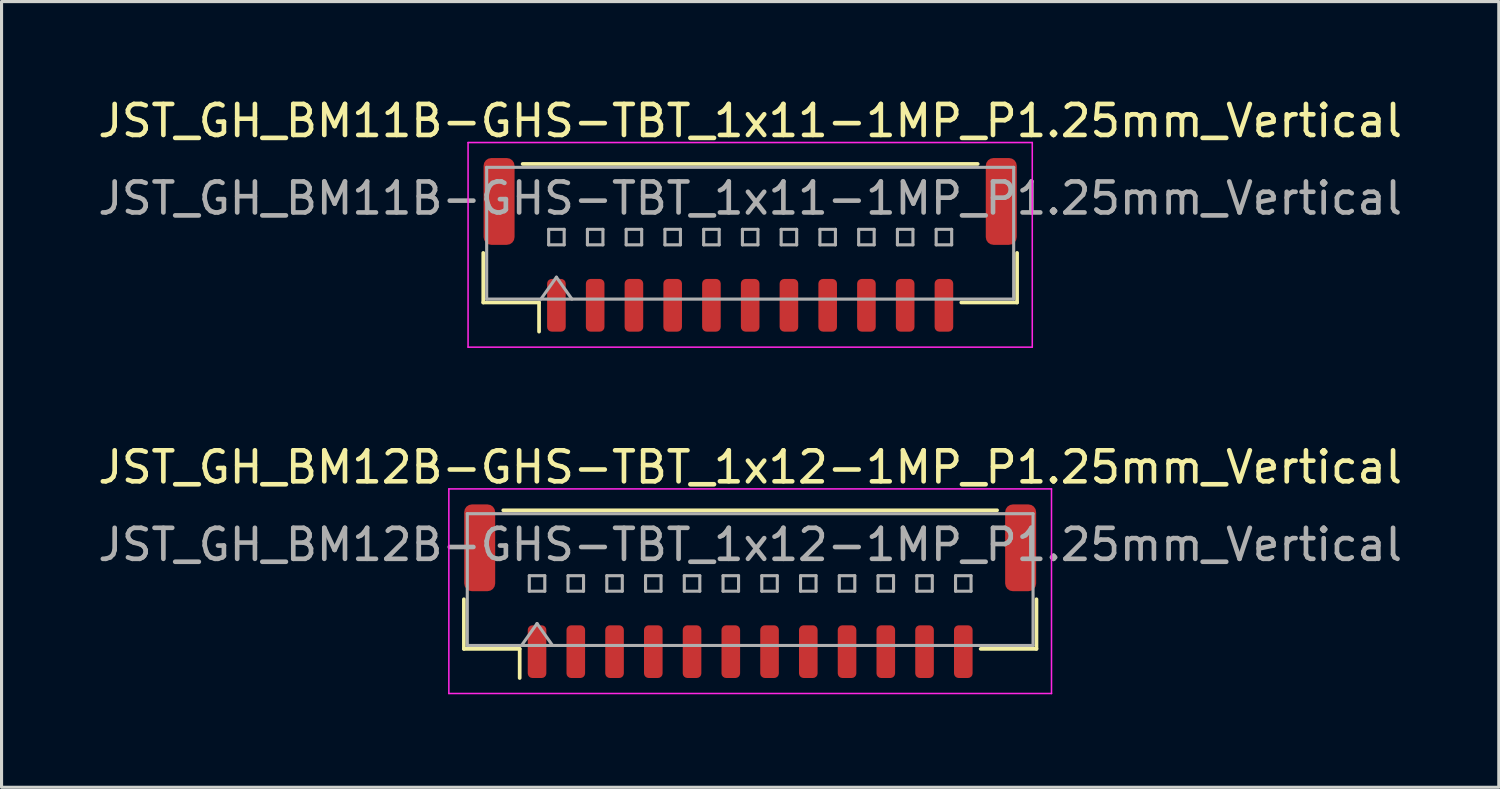
<source format=kicad_pcb>
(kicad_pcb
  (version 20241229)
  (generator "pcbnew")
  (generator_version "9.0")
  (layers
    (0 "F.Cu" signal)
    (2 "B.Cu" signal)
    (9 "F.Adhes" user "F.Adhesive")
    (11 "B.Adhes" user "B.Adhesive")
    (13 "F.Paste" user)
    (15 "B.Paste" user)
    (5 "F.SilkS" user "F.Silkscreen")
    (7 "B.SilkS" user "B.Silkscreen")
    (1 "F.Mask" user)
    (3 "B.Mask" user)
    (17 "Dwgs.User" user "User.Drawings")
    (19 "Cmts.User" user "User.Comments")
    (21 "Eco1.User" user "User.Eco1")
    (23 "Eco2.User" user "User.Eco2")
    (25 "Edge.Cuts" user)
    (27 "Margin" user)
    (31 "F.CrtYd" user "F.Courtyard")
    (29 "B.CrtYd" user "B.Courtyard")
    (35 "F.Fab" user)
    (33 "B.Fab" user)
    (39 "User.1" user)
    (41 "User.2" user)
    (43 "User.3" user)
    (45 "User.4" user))
  (footprint "JST_GH_BM12B-GHS-TBT_1x12-1MP_P1.25mm_Vertical"
    (layer "F.Cu")
    (at 21.149 16.021)
    (property "Reference" "JST_GH_BM12B-GHS-TBT_1x12-1MP_P1.25mm_Vertical" (at 0 -4 0) (layer "F.SilkS") (effects (font (size 1 1) (thickness 0.15))))
    (attr smd)
    (fp_line (start -9.235 0.26) (end -9.235 1.86) (stroke (width 0.12) (type solid)) (layer "F.SilkS"))
    (fp_line (start -9.235 1.86) (end -7.435 1.86) (stroke (width 0.12) (type solid)) (layer "F.SilkS"))
    (fp_line (start -7.965 -2.61) (end 7.965 -2.61) (stroke (width 0.12) (type solid)) (layer "F.SilkS"))
    (fp_line (start -7.435 1.86) (end -7.435 2.8) (stroke (width 0.12) (type solid)) (layer "F.SilkS"))
    (fp_line (start 9.235 0.26) (end 9.235 1.86) (stroke (width 0.12) (type solid)) (layer "F.SilkS"))
    (fp_line (start 9.235 1.86) (end 7.435 1.86) (stroke (width 0.12) (type solid)) (layer "F.SilkS"))
    (fp_line (start -9.72 -3.3) (end -9.72 3.3) (stroke (width 0.05) (type solid)) (layer "F.CrtYd"))
    (fp_line (start -9.72 3.3) (end 9.72 3.3) (stroke (width 0.05) (type solid)) (layer "F.CrtYd"))
    (fp_line (start 9.72 -3.3) (end -9.72 -3.3) (stroke (width 0.05) (type solid)) (layer "F.CrtYd"))
    (fp_line (start 9.72 3.3) (end 9.72 -3.3) (stroke (width 0.05) (type solid)) (layer "F.CrtYd"))
    (fp_line (start -9.125 -2.5) (end 9.125 -2.5) (stroke (width 0.1) (type solid)) (layer "F.Fab"))
    (fp_line (start -9.125 1.75) (end -9.125 -2.5) (stroke (width 0.1) (type solid)) (layer "F.Fab"))
    (fp_line (start -9.125 1.75) (end 9.125 1.75) (stroke (width 0.1) (type solid)) (layer "F.Fab"))
    (fp_line (start -7.375 1.75) (end -6.875 1.043) (stroke (width 0.1) (type solid)) (layer "F.Fab"))
    (fp_line (start -7.125 -0.5) (end -7.125 0) (stroke (width 0.1) (type solid)) (layer "F.Fab"))
    (fp_line (start -7.125 0) (end -6.625 0) (stroke (width 0.1) (type solid)) (layer "F.Fab"))
    (fp_line (start -6.875 1.043) (end -6.375 1.75) (stroke (width 0.1) (type solid)) (layer "F.Fab"))
    (fp_line (start -6.625 -0.5) (end -7.125 -0.5) (stroke (width 0.1) (type solid)) (layer "F.Fab"))
    (fp_line (start -6.625 0) (end -6.625 -0.5) (stroke (width 0.1) (type solid)) (layer "F.Fab"))
    (fp_line (start -5.875 -0.5) (end -5.875 0) (stroke (width 0.1) (type solid)) (layer "F.Fab"))
    (fp_line (start -5.875 0) (end -5.375 0) (stroke (width 0.1) (type solid)) (layer "F.Fab"))
    (fp_line (start -5.375 -0.5) (end -5.875 -0.5) (stroke (width 0.1) (type solid)) (layer "F.Fab"))
    (fp_line (start -5.375 0) (end -5.375 -0.5) (stroke (width 0.1) (type solid)) (layer "F.Fab"))
    (fp_line (start -4.625 -0.5) (end -4.625 0) (stroke (width 0.1) (type solid)) (layer "F.Fab"))
    (fp_line (start -4.625 0) (end -4.125 0) (stroke (width 0.1) (type solid)) (layer "F.Fab"))
    (fp_line (start -4.125 -0.5) (end -4.625 -0.5) (stroke (width 0.1) (type solid)) (layer "F.Fab"))
    (fp_line (start -4.125 0) (end -4.125 -0.5) (stroke (width 0.1) (type solid)) (layer "F.Fab"))
    (fp_line (start -3.375 -0.5) (end -3.375 0) (stroke (width 0.1) (type solid)) (layer "F.Fab"))
    (fp_line (start -3.375 0) (end -2.875 0) (stroke (width 0.1) (type solid)) (layer "F.Fab"))
    (fp_line (start -2.875 -0.5) (end -3.375 -0.5) (stroke (width 0.1) (type solid)) (layer "F.Fab"))
    (fp_line (start -2.875 0) (end -2.875 -0.5) (stroke (width 0.1) (type solid)) (layer "F.Fab"))
    (fp_line (start -2.125 -0.5) (end -2.125 0) (stroke (width 0.1) (type solid)) (layer "F.Fab"))
    (fp_line (start -2.125 0) (end -1.625 0) (stroke (width 0.1) (type solid)) (layer "F.Fab"))
    (fp_line (start -1.625 -0.5) (end -2.125 -0.5) (stroke (width 0.1) (type solid)) (layer "F.Fab"))
    (fp_line (start -1.625 0) (end -1.625 -0.5) (stroke (width 0.1) (type solid)) (layer "F.Fab"))
    (fp_line (start -0.875 -0.5) (end -0.875 0) (stroke (width 0.1) (type solid)) (layer "F.Fab"))
    (fp_line (start -0.875 0) (end -0.375 0) (stroke (width 0.1) (type solid)) (layer "F.Fab"))
    (fp_line (start -0.375 -0.5) (end -0.875 -0.5) (stroke (width 0.1) (type solid)) (layer "F.Fab"))
    (fp_line (start -0.375 0) (end -0.375 -0.5) (stroke (width 0.1) (type solid)) (layer "F.Fab"))
    (fp_line (start 0.375 -0.5) (end 0.375 0) (stroke (width 0.1) (type solid)) (layer "F.Fab"))
    (fp_line (start 0.375 0) (end 0.875 0) (stroke (width 0.1) (type solid)) (layer "F.Fab"))
    (fp_line (start 0.875 -0.5) (end 0.375 -0.5) (stroke (width 0.1) (type solid)) (layer "F.Fab"))
    (fp_line (start 0.875 0) (end 0.875 -0.5) (stroke (width 0.1) (type solid)) (layer "F.Fab"))
    (fp_line (start 1.625 -0.5) (end 1.625 0) (stroke (width 0.1) (type solid)) (layer "F.Fab"))
    (fp_line (start 1.625 0) (end 2.125 0) (stroke (width 0.1) (type solid)) (layer "F.Fab"))
    (fp_line (start 2.125 -0.5) (end 1.625 -0.5) (stroke (width 0.1) (type solid)) (layer "F.Fab"))
    (fp_line (start 2.125 0) (end 2.125 -0.5) (stroke (width 0.1) (type solid)) (layer "F.Fab"))
    (fp_line (start 2.875 -0.5) (end 2.875 0) (stroke (width 0.1) (type solid)) (layer "F.Fab"))
    (fp_line (start 2.875 0) (end 3.375 0) (stroke (width 0.1) (type solid)) (layer "F.Fab"))
    (fp_line (start 3.375 -0.5) (end 2.875 -0.5) (stroke (width 0.1) (type solid)) (layer "F.Fab"))
    (fp_line (start 3.375 0) (end 3.375 -0.5) (stroke (width 0.1) (type solid)) (layer "F.Fab"))
    (fp_line (start 4.125 -0.5) (end 4.125 0) (stroke (width 0.1) (type solid)) (layer "F.Fab"))
    (fp_line (start 4.125 0) (end 4.625 0) (stroke (width 0.1) (type solid)) (layer "F.Fab"))
    (fp_line (start 4.625 -0.5) (end 4.125 -0.5) (stroke (width 0.1) (type solid)) (layer "F.Fab"))
    (fp_line (start 4.625 0) (end 4.625 -0.5) (stroke (width 0.1) (type solid)) (layer "F.Fab"))
    (fp_line (start 5.375 -0.5) (end 5.375 0) (stroke (width 0.1) (type solid)) (layer "F.Fab"))
    (fp_line (start 5.375 0) (end 5.875 0) (stroke (width 0.1) (type solid)) (layer "F.Fab"))
    (fp_line (start 5.875 -0.5) (end 5.375 -0.5) (stroke (width 0.1) (type solid)) (layer "F.Fab"))
    (fp_line (start 5.875 0) (end 5.875 -0.5) (stroke (width 0.1) (type solid)) (layer "F.Fab"))
    (fp_line (start 6.625 -0.5) (end 6.625 0) (stroke (width 0.1) (type solid)) (layer "F.Fab"))
    (fp_line (start 6.625 0) (end 7.125 0) (stroke (width 0.1) (type solid)) (layer "F.Fab"))
    (fp_line (start 7.125 -0.5) (end 6.625 -0.5) (stroke (width 0.1) (type solid)) (layer "F.Fab"))
    (fp_line (start 7.125 0) (end 7.125 -0.5) (stroke (width 0.1) (type solid)) (layer "F.Fab"))
    (fp_line (start 9.125 1.75) (end 9.125 -2.5) (stroke (width 0.1) (type solid)) (layer "F.Fab"))
    (fp_text user "${REFERENCE}" (at 0 -1.5 0) (layer "F.Fab") (effects (font (size 1 1) (thickness 0.15))))
    (pad "1" smd roundrect (at -6.875 1.95) (size 0.6 1.7) (layers "F.Cu" "F.Mask" "F.Paste") (roundrect_rratio 0.25))
    (pad "2" smd roundrect (at -5.625 1.95) (size 0.6 1.7) (layers "F.Cu" "F.Mask" "F.Paste") (roundrect_rratio 0.25))
    (pad "3" smd roundrect (at -4.375 1.95) (size 0.6 1.7) (layers "F.Cu" "F.Mask" "F.Paste") (roundrect_rratio 0.25))
    (pad "4" smd roundrect (at -3.125 1.95) (size 0.6 1.7) (layers "F.Cu" "F.Mask" "F.Paste") (roundrect_rratio 0.25))
    (pad "5" smd roundrect (at -1.875 1.95) (size 0.6 1.7) (layers "F.Cu" "F.Mask" "F.Paste") (roundrect_rratio 0.25))
    (pad "6" smd roundrect (at -0.625 1.95) (size 0.6 1.7) (layers "F.Cu" "F.Mask" "F.Paste") (roundrect_rratio 0.25))
    (pad "7" smd roundrect (at 0.625 1.95) (size 0.6 1.7) (layers "F.Cu" "F.Mask" "F.Paste") (roundrect_rratio 0.25))
    (pad "8" smd roundrect (at 1.875 1.95) (size 0.6 1.7) (layers "F.Cu" "F.Mask" "F.Paste") (roundrect_rratio 0.25))
    (pad "9" smd roundrect (at 3.125 1.95) (size 0.6 1.7) (layers "F.Cu" "F.Mask" "F.Paste") (roundrect_rratio 0.25))
    (pad "10" smd roundrect (at 4.375 1.95) (size 0.6 1.7) (layers "F.Cu" "F.Mask" "F.Paste") (roundrect_rratio 0.25))
    (pad "11" smd roundrect (at 5.625 1.95) (size 0.6 1.7) (layers "F.Cu" "F.Mask" "F.Paste") (roundrect_rratio 0.25))
    (pad "12" smd roundrect (at 6.875 1.95) (size 0.6 1.7) (layers "F.Cu" "F.Mask" "F.Paste") (roundrect_rratio 0.25))
    (pad "MP" smd roundrect (at -8.725 -1.4) (size 1 2.8) (layers "F.Cu" "F.Mask" "F.Paste") (roundrect_rratio 0.25))
    (pad "MP" smd roundrect (at 8.725 -1.4) (size 1 2.8) (layers "F.Cu" "F.Mask" "F.Paste") (roundrect_rratio 0.25)))
  (footprint "JST_GH_BM11B-GHS-TBT_1x11-1MP_P1.25mm_Vertical"
    (layer "F.Cu")
    (at 21.149 4.848)
    (property "Reference" "JST_GH_BM11B-GHS-TBT_1x11-1MP_P1.25mm_Vertical" (at 0 -4 0) (layer "F.SilkS") (effects (font (size 1 1) (thickness 0.15))))
    (attr smd)
    (fp_line (start -8.61 0.26) (end -8.61 1.86) (stroke (width 0.12) (type solid)) (layer "F.SilkS"))
    (fp_line (start -8.61 1.86) (end -6.81 1.86) (stroke (width 0.12) (type solid)) (layer "F.SilkS"))
    (fp_line (start -7.34 -2.61) (end 7.34 -2.61) (stroke (width 0.12) (type solid)) (layer "F.SilkS"))
    (fp_line (start -6.81 1.86) (end -6.81 2.8) (stroke (width 0.12) (type solid)) (layer "F.SilkS"))
    (fp_line (start 8.61 0.26) (end 8.61 1.86) (stroke (width 0.12) (type solid)) (layer "F.SilkS"))
    (fp_line (start 8.61 1.86) (end 6.81 1.86) (stroke (width 0.12) (type solid)) (layer "F.SilkS"))
    (fp_line (start -9.1 -3.3) (end -9.1 3.3) (stroke (width 0.05) (type solid)) (layer "F.CrtYd"))
    (fp_line (start -9.1 3.3) (end 9.1 3.3) (stroke (width 0.05) (type solid)) (layer "F.CrtYd"))
    (fp_line (start 9.1 -3.3) (end -9.1 -3.3) (stroke (width 0.05) (type solid)) (layer "F.CrtYd"))
    (fp_line (start 9.1 3.3) (end 9.1 -3.3) (stroke (width 0.05) (type solid)) (layer "F.CrtYd"))
    (fp_line (start -8.5 -2.5) (end 8.5 -2.5) (stroke (width 0.1) (type solid)) (layer "F.Fab"))
    (fp_line (start -8.5 1.75) (end -8.5 -2.5) (stroke (width 0.1) (type solid)) (layer "F.Fab"))
    (fp_line (start -8.5 1.75) (end 8.5 1.75) (stroke (width 0.1) (type solid)) (layer "F.Fab"))
    (fp_line (start -6.75 1.75) (end -6.25 1.043) (stroke (width 0.1) (type solid)) (layer "F.Fab"))
    (fp_line (start -6.5 -0.5) (end -6.5 0) (stroke (width 0.1) (type solid)) (layer "F.Fab"))
    (fp_line (start -6.5 0) (end -6 0) (stroke (width 0.1) (type solid)) (layer "F.Fab"))
    (fp_line (start -6.25 1.043) (end -5.75 1.75) (stroke (width 0.1) (type solid)) (layer "F.Fab"))
    (fp_line (start -6 -0.5) (end -6.5 -0.5) (stroke (width 0.1) (type solid)) (layer "F.Fab"))
    (fp_line (start -6 0) (end -6 -0.5) (stroke (width 0.1) (type solid)) (layer "F.Fab"))
    (fp_line (start -5.25 -0.5) (end -5.25 0) (stroke (width 0.1) (type solid)) (layer "F.Fab"))
    (fp_line (start -5.25 0) (end -4.75 0) (stroke (width 0.1) (type solid)) (layer "F.Fab"))
    (fp_line (start -4.75 -0.5) (end -5.25 -0.5) (stroke (width 0.1) (type solid)) (layer "F.Fab"))
    (fp_line (start -4.75 0) (end -4.75 -0.5) (stroke (width 0.1) (type solid)) (layer "F.Fab"))
    (fp_line (start -4 -0.5) (end -4 0) (stroke (width 0.1) (type solid)) (layer "F.Fab"))
    (fp_line (start -4 0) (end -3.5 0) (stroke (width 0.1) (type solid)) (layer "F.Fab"))
    (fp_line (start -3.5 -0.5) (end -4 -0.5) (stroke (width 0.1) (type solid)) (layer "F.Fab"))
    (fp_line (start -3.5 0) (end -3.5 -0.5) (stroke (width 0.1) (type solid)) (layer "F.Fab"))
    (fp_line (start -2.75 -0.5) (end -2.75 0) (stroke (width 0.1) (type solid)) (layer "F.Fab"))
    (fp_line (start -2.75 0) (end -2.25 0) (stroke (width 0.1) (type solid)) (layer "F.Fab"))
    (fp_line (start -2.25 -0.5) (end -2.75 -0.5) (stroke (width 0.1) (type solid)) (layer "F.Fab"))
    (fp_line (start -2.25 0) (end -2.25 -0.5) (stroke (width 0.1) (type solid)) (layer "F.Fab"))
    (fp_line (start -1.5 -0.5) (end -1.5 0) (stroke (width 0.1) (type solid)) (layer "F.Fab"))
    (fp_line (start -1.5 0) (end -1 0) (stroke (width 0.1) (type solid)) (layer "F.Fab"))
    (fp_line (start -1 -0.5) (end -1.5 -0.5) (stroke (width 0.1) (type solid)) (layer "F.Fab"))
    (fp_line (start -1 0) (end -1 -0.5) (stroke (width 0.1) (type solid)) (layer "F.Fab"))
    (fp_line (start -0.25 -0.5) (end -0.25 0) (stroke (width 0.1) (type solid)) (layer "F.Fab"))
    (fp_line (start -0.25 0) (end 0.25 0) (stroke (width 0.1) (type solid)) (layer "F.Fab"))
    (fp_line (start 0.25 -0.5) (end -0.25 -0.5) (stroke (width 0.1) (type solid)) (layer "F.Fab"))
    (fp_line (start 0.25 0) (end 0.25 -0.5) (stroke (width 0.1) (type solid)) (layer "F.Fab"))
    (fp_line (start 1 -0.5) (end 1 0) (stroke (width 0.1) (type solid)) (layer "F.Fab"))
    (fp_line (start 1 0) (end 1.5 0) (stroke (width 0.1) (type solid)) (layer "F.Fab"))
    (fp_line (start 1.5 -0.5) (end 1 -0.5) (stroke (width 0.1) (type solid)) (layer "F.Fab"))
    (fp_line (start 1.5 0) (end 1.5 -0.5) (stroke (width 0.1) (type solid)) (layer "F.Fab"))
    (fp_line (start 2.25 -0.5) (end 2.25 0) (stroke (width 0.1) (type solid)) (layer "F.Fab"))
    (fp_line (start 2.25 0) (end 2.75 0) (stroke (width 0.1) (type solid)) (layer "F.Fab"))
    (fp_line (start 2.75 -0.5) (end 2.25 -0.5) (stroke (width 0.1) (type solid)) (layer "F.Fab"))
    (fp_line (start 2.75 0) (end 2.75 -0.5) (stroke (width 0.1) (type solid)) (layer "F.Fab"))
    (fp_line (start 3.5 -0.5) (end 3.5 0) (stroke (width 0.1) (type solid)) (layer "F.Fab"))
    (fp_line (start 3.5 0) (end 4 0) (stroke (width 0.1) (type solid)) (layer "F.Fab"))
    (fp_line (start 4 -0.5) (end 3.5 -0.5) (stroke (width 0.1) (type solid)) (layer "F.Fab"))
    (fp_line (start 4 0) (end 4 -0.5) (stroke (width 0.1) (type solid)) (layer "F.Fab"))
    (fp_line (start 4.75 -0.5) (end 4.75 0) (stroke (width 0.1) (type solid)) (layer "F.Fab"))
    (fp_line (start 4.75 0) (end 5.25 0) (stroke (width 0.1) (type solid)) (layer "F.Fab"))
    (fp_line (start 5.25 -0.5) (end 4.75 -0.5) (stroke (width 0.1) (type solid)) (layer "F.Fab"))
    (fp_line (start 5.25 0) (end 5.25 -0.5) (stroke (width 0.1) (type solid)) (layer "F.Fab"))
    (fp_line (start 6 -0.5) (end 6 0) (stroke (width 0.1) (type solid)) (layer "F.Fab"))
    (fp_line (start 6 0) (end 6.5 0) (stroke (width 0.1) (type solid)) (layer "F.Fab"))
    (fp_line (start 6.5 -0.5) (end 6 -0.5) (stroke (width 0.1) (type solid)) (layer "F.Fab"))
    (fp_line (start 6.5 0) (end 6.5 -0.5) (stroke (width 0.1) (type solid)) (layer "F.Fab"))
    (fp_line (start 8.5 1.75) (end 8.5 -2.5) (stroke (width 0.1) (type solid)) (layer "F.Fab"))
    (fp_text user "${REFERENCE}" (at 0 -1.5 0) (layer "F.Fab") (effects (font (size 1 1) (thickness 0.15))))
    (pad "1" smd roundrect (at -6.25 1.95) (size 0.6 1.7) (layers "F.Cu" "F.Mask" "F.Paste") (roundrect_rratio 0.25))
    (pad "2" smd roundrect (at -5 1.95) (size 0.6 1.7) (layers "F.Cu" "F.Mask" "F.Paste") (roundrect_rratio 0.25))
    (pad "3" smd roundrect (at -3.75 1.95) (size 0.6 1.7) (layers "F.Cu" "F.Mask" "F.Paste") (roundrect_rratio 0.25))
    (pad "4" smd roundrect (at -2.5 1.95) (size 0.6 1.7) (layers "F.Cu" "F.Mask" "F.Paste") (roundrect_rratio 0.25))
    (pad "5" smd roundrect (at -1.25 1.95) (size 0.6 1.7) (layers "F.Cu" "F.Mask" "F.Paste") (roundrect_rratio 0.25))
    (pad "6" smd roundrect (at 0 1.95) (size 0.6 1.7) (layers "F.Cu" "F.Mask" "F.Paste") (roundrect_rratio 0.25))
    (pad "7" smd roundrect (at 1.25 1.95) (size 0.6 1.7) (layers "F.Cu" "F.Mask" "F.Paste") (roundrect_rratio 0.25))
    (pad "8" smd roundrect (at 2.5 1.95) (size 0.6 1.7) (layers "F.Cu" "F.Mask" "F.Paste") (roundrect_rratio 0.25))
    (pad "9" smd roundrect (at 3.75 1.95) (size 0.6 1.7) (layers "F.Cu" "F.Mask" "F.Paste") (roundrect_rratio 0.25))
    (pad "10" smd roundrect (at 5 1.95) (size 0.6 1.7) (layers "F.Cu" "F.Mask" "F.Paste") (roundrect_rratio 0.25))
    (pad "11" smd roundrect (at 6.25 1.95) (size 0.6 1.7) (layers "F.Cu" "F.Mask" "F.Paste") (roundrect_rratio 0.25))
    (pad "MP" smd roundrect (at -8.1 -1.4) (size 1 2.8) (layers "F.Cu" "F.Mask" "F.Paste") (roundrect_rratio 0.25))
    (pad "MP" smd roundrect (at 8.1 -1.4) (size 1 2.8) (layers "F.Cu" "F.Mask" "F.Paste") (roundrect_rratio 0.25)))
  (gr_rect
    (start -3 -3)
    (end 45.298 22.346)
    (stroke (width 0.1) (type default))
    (fill no)
    (layer "Edge.Cuts")))
</source>
